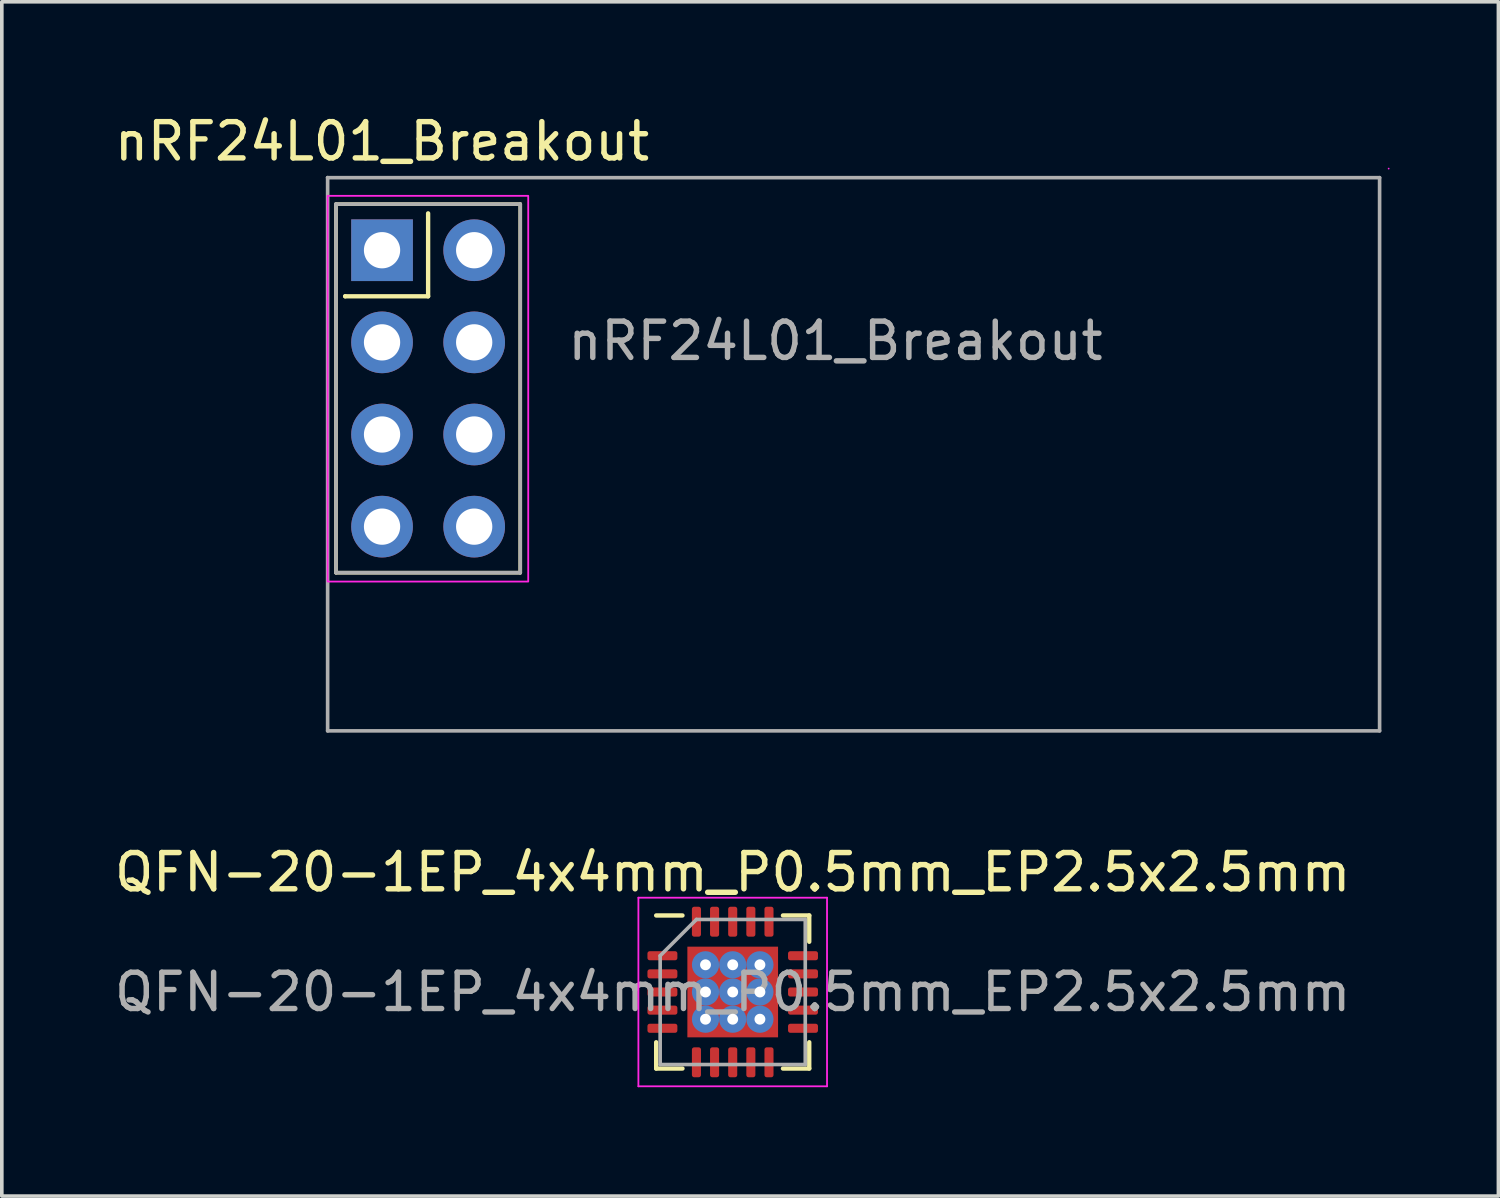
<source format=kicad_pcb>
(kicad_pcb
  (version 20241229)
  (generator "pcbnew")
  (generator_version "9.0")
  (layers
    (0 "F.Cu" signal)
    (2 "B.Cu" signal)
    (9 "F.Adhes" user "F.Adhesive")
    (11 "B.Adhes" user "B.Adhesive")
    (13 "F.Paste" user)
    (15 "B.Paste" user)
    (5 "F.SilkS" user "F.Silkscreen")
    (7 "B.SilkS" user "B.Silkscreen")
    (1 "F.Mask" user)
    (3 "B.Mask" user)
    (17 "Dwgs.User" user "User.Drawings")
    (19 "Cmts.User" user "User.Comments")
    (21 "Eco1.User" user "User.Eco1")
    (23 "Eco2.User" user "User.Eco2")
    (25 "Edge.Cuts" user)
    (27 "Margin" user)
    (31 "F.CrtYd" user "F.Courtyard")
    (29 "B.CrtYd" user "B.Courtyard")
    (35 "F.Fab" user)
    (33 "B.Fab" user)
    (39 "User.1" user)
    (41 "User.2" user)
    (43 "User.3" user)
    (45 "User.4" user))
  (footprint "nRF24L01_Breakout"
    (layer "F.Cu")
    (at 7.482 3.848)
    (property "Reference" "nRF24L01_Breakout" (at 0 -3 0) (layer "F.SilkS") (effects (font (size 1 1) (thickness 0.15))))
    (attr through_hole)
    (fp_line (start -1.27 -1.27) (end 3.81 -1.27) (stroke (width 0.1) (type solid)) (layer "F.SilkS"))
    (fp_line (start -1.27 8.89) (end -1.27 -1.27) (stroke (width 0.1) (type solid)) (layer "F.SilkS"))
    (fp_line (start -1.016 1.27) (end -1.016 1.27) (stroke (width 0.12) (type solid)) (layer "F.SilkS"))
    (fp_line (start 1.27 -1.016) (end 1.27 1.27) (stroke (width 0.12) (type solid)) (layer "F.SilkS"))
    (fp_line (start 1.27 1.27) (end -1.016 1.27) (stroke (width 0.12) (type solid)) (layer "F.SilkS"))
    (fp_line (start 3.81 -1.27) (end 3.81 8.89) (stroke (width 0.1) (type solid)) (layer "F.SilkS"))
    (fp_line (start 3.81 8.89) (end -1.27 8.89) (stroke (width 0.1) (type solid)) (layer "F.SilkS"))
    (fp_line (start 27.75 -2.25) (end 27.75 -2.25) (stroke (width 0.05) (type solid)) (layer "F.CrtYd"))
    (fp_rect (start -1.5 -1.5) (end 4.03 9.134) (stroke (width 0.05) (type default)) (fill no) (layer "F.CrtYd"))
    (fp_line (start -1.5 -2) (end -1.5 -2) (stroke (width 0.1) (type solid)) (layer "F.Fab"))
    (fp_line (start -1.5 -2) (end 27.5 -2) (stroke (width 0.1) (type solid)) (layer "F.Fab"))
    (fp_line (start -1.5 13.25) (end -1.5 -2) (stroke (width 0.1) (type solid)) (layer "F.Fab"))
    (fp_line (start -1.27 -1.27) (end -1.27 -1.27) (stroke (width 0.1) (type solid)) (layer "F.Fab"))
    (fp_line (start -1.27 -1.27) (end 3.81 -1.27) (stroke (width 0.1) (type solid)) (layer "F.Fab"))
    (fp_line (start -1.27 8.89) (end -1.27 -1.27) (stroke (width 0.1) (type solid)) (layer "F.Fab"))
    (fp_line (start 3.81 -1.27) (end 3.81 8.89) (stroke (width 0.1) (type solid)) (layer "F.Fab"))
    (fp_line (start 3.81 8.89) (end -1.27 8.89) (stroke (width 0.1) (type solid)) (layer "F.Fab"))
    (fp_line (start 27.5 -2) (end 27.5 13.25) (stroke (width 0.1) (type solid)) (layer "F.Fab"))
    (fp_line (start 27.5 13.25) (end -1.5 13.25) (stroke (width 0.1) (type solid)) (layer "F.Fab"))
    (fp_text user "${REFERENCE}" (at 12.5 2.5 0) (layer "F.Fab") (effects (font (size 1 1) (thickness 0.15))))
    (pad "1" thru_hole rect (at 0 0) (size 1.7 1.7) (drill 1) (layers "*.Cu" "*.Mask"))
    (pad "2" thru_hole circle (at 2.54 0) (size 1.7 1.7) (drill 1) (layers "*.Cu" "*.Mask"))
    (pad "3" thru_hole circle (at 0 2.54) (size 1.7 1.7) (drill 1) (layers "*.Cu" "*.Mask"))
    (pad "4" thru_hole circle (at 2.54 2.54) (size 1.7 1.7) (drill 1) (layers "*.Cu" "*.Mask"))
    (pad "5" thru_hole circle (at 0 5.08) (size 1.7 1.7) (drill 1) (layers "*.Cu" "*.Mask"))
    (pad "6" thru_hole circle (at 2.54 5.08) (size 1.7 1.7) (drill 1) (layers "*.Cu" "*.Mask"))
    (pad "7" thru_hole circle (at 0 7.62) (size 1.7 1.7) (drill 1) (layers "*.Cu" "*.Mask"))
    (pad "8" thru_hole circle (at 2.54 7.62) (size 1.7 1.7) (drill 1) (layers "*.Cu" "*.Mask")))
  (footprint "QFN-20-1EP_4x4mm_P0.5mm_EP2.5x2.5mm"
    (layer "F.Cu")
    (at 17.149 24.297)
    (property "Reference" "QFN-20-1EP_4x4mm_P0.5mm_EP2.5x2.5mm" (at 0 -3.3 180) (layer "F.SilkS") (effects (font (size 1 1) (thickness 0.15))))
    (attr smd)
    (fp_line (start -2.11 2.11) (end -2.11 1.385) (stroke (width 0.12) (type solid)) (layer "F.SilkS"))
    (fp_line (start -1.385 -2.11) (end -2.11 -2.11) (stroke (width 0.12) (type solid)) (layer "F.SilkS"))
    (fp_line (start -1.385 2.11) (end -2.11 2.11) (stroke (width 0.12) (type solid)) (layer "F.SilkS"))
    (fp_line (start 1.385 -2.11) (end 2.11 -2.11) (stroke (width 0.12) (type solid)) (layer "F.SilkS"))
    (fp_line (start 1.385 2.11) (end 2.11 2.11) (stroke (width 0.12) (type solid)) (layer "F.SilkS"))
    (fp_line (start 2.11 -2.11) (end 2.11 -1.385) (stroke (width 0.12) (type solid)) (layer "F.SilkS"))
    (fp_line (start 2.11 2.11) (end 2.11 1.385) (stroke (width 0.12) (type solid)) (layer "F.SilkS"))
    (fp_line (start -2.6 -2.6) (end -2.6 2.6) (stroke (width 0.05) (type solid)) (layer "F.CrtYd"))
    (fp_line (start -2.6 2.6) (end 2.6 2.6) (stroke (width 0.05) (type solid)) (layer "F.CrtYd"))
    (fp_line (start 2.6 -2.6) (end -2.6 -2.6) (stroke (width 0.05) (type solid)) (layer "F.CrtYd"))
    (fp_line (start 2.6 2.6) (end 2.6 -2.6) (stroke (width 0.05) (type solid)) (layer "F.CrtYd"))
    (fp_line (start -2 -1) (end -1 -2) (stroke (width 0.1) (type solid)) (layer "F.Fab"))
    (fp_line (start -2 2) (end -2 -1) (stroke (width 0.1) (type solid)) (layer "F.Fab"))
    (fp_line (start -1 -2) (end 2 -2) (stroke (width 0.1) (type solid)) (layer "F.Fab"))
    (fp_line (start 2 -2) (end 2 2) (stroke (width 0.1) (type solid)) (layer "F.Fab"))
    (fp_line (start 2 2) (end -2 2) (stroke (width 0.1) (type solid)) (layer "F.Fab"))
    (fp_text user "${REFERENCE}" (at 0 0 180) (layer "F.Fab") (effects (font (size 1 1) (thickness 0.15))))
    (pad "" smd roundrect (at -0.625 -0.625) (size 1.01 1.01) (layers "F.Paste") (roundrect_rratio 0.248))
    (pad "" smd roundrect (at -0.625 0.625) (size 1.01 1.01) (layers "F.Paste") (roundrect_rratio 0.248))
    (pad "" smd roundrect (at 0.625 -0.625) (size 1.01 1.01) (layers "F.Paste") (roundrect_rratio 0.248))
    (pad "" smd roundrect (at 0.625 0.625) (size 1.01 1.01) (layers "F.Paste") (roundrect_rratio 0.248))
    (pad "1" smd roundrect (at -1.938 -1) (size 0.825 0.25) (layers "F.Cu" "F.Mask" "F.Paste") (roundrect_rratio 0.25))
    (pad "2" smd roundrect (at -1.938 -0.5) (size 0.825 0.25) (layers "F.Cu" "F.Mask" "F.Paste") (roundrect_rratio 0.25))
    (pad "3" smd roundrect (at -1.938 0) (size 0.825 0.25) (layers "F.Cu" "F.Mask" "F.Paste") (roundrect_rratio 0.25))
    (pad "4" smd roundrect (at -1.938 0.5) (size 0.825 0.25) (layers "F.Cu" "F.Mask" "F.Paste") (roundrect_rratio 0.25))
    (pad "5" smd roundrect (at -1.938 1) (size 0.825 0.25) (layers "F.Cu" "F.Mask" "F.Paste") (roundrect_rratio 0.25))
    (pad "6" smd roundrect (at -1 1.938) (size 0.25 0.825) (layers "F.Cu" "F.Mask" "F.Paste") (roundrect_rratio 0.25))
    (pad "7" smd roundrect (at -0.5 1.938) (size 0.25 0.825) (layers "F.Cu" "F.Mask" "F.Paste") (roundrect_rratio 0.25))
    (pad "8" smd roundrect (at 0 1.938) (size 0.25 0.825) (layers "F.Cu" "F.Mask" "F.Paste") (roundrect_rratio 0.25))
    (pad "9" smd roundrect (at 0.5 1.938) (size 0.25 0.825) (layers "F.Cu" "F.Mask" "F.Paste") (roundrect_rratio 0.25))
    (pad "10" smd roundrect (at 1 1.938) (size 0.25 0.825) (layers "F.Cu" "F.Mask" "F.Paste") (roundrect_rratio 0.25))
    (pad "11" smd roundrect (at 1.938 1) (size 0.825 0.25) (layers "F.Cu" "F.Mask" "F.Paste") (roundrect_rratio 0.25))
    (pad "12" smd roundrect (at 1.938 0.5) (size 0.825 0.25) (layers "F.Cu" "F.Mask" "F.Paste") (roundrect_rratio 0.25))
    (pad "13" smd roundrect (at 1.938 0) (size 0.825 0.25) (layers "F.Cu" "F.Mask" "F.Paste") (roundrect_rratio 0.25))
    (pad "14" smd roundrect (at 1.938 -0.5) (size 0.825 0.25) (layers "F.Cu" "F.Mask" "F.Paste") (roundrect_rratio 0.25))
    (pad "15" smd roundrect (at 1.938 -1) (size 0.825 0.25) (layers "F.Cu" "F.Mask" "F.Paste") (roundrect_rratio 0.25))
    (pad "16" smd roundrect (at 1 -1.938) (size 0.25 0.825) (layers "F.Cu" "F.Mask" "F.Paste") (roundrect_rratio 0.25))
    (pad "17" smd roundrect (at 0.5 -1.938) (size 0.25 0.825) (layers "F.Cu" "F.Mask" "F.Paste") (roundrect_rratio 0.25))
    (pad "18" smd roundrect (at 0 -1.938) (size 0.25 0.825) (layers "F.Cu" "F.Mask" "F.Paste") (roundrect_rratio 0.25))
    (pad "19" smd roundrect (at -0.5 -1.938) (size 0.25 0.825) (layers "F.Cu" "F.Mask" "F.Paste") (roundrect_rratio 0.25))
    (pad "20" smd roundrect (at -1 -1.938) (size 0.25 0.825) (layers "F.Cu" "F.Mask" "F.Paste") (roundrect_rratio 0.25))
    (pad "20" thru_hole circle (at -0.75 -0.75) (size 0.75 0.75) (drill 0.3) (layers "*.Cu" "*.Mask"))
    (pad "20" thru_hole circle (at -0.75 0) (size 0.75 0.75) (drill 0.3) (layers "*.Cu" "*.Mask"))
    (pad "20" thru_hole circle (at -0.75 0.75) (size 0.75 0.75) (drill 0.3) (layers "*.Cu" "*.Mask"))
    (pad "20" thru_hole circle (at 0 -0.75) (size 0.75 0.75) (drill 0.3) (layers "*.Cu" "*.Mask"))
    (pad "20" thru_hole circle (at 0 0) (size 0.75 0.75) (drill 0.3) (layers "*.Cu" "*.Mask"))
    (pad "20" smd rect (at 0 0) (size 2.5 2.5) (layers "F.Cu" "F.Mask"))
    (pad "20" thru_hole circle (at 0 0.75) (size 0.75 0.75) (drill 0.3) (layers "*.Cu" "*.Mask"))
    (pad "20" thru_hole circle (at 0.75 -0.75) (size 0.75 0.75) (drill 0.3) (layers "*.Cu" "*.Mask"))
    (pad "20" thru_hole circle (at 0.75 0) (size 0.75 0.75) (drill 0.3) (layers "*.Cu" "*.Mask"))
    (pad "20" thru_hole circle (at 0.75 0.75) (size 0.75 0.75) (drill 0.3) (layers "*.Cu" "*.Mask")))
  (gr_rect
    (start -3 -3)
    (end 38.257 29.922)
    (stroke (width 0.1) (type default))
    (fill no)
    (layer "Edge.Cuts")))
</source>
